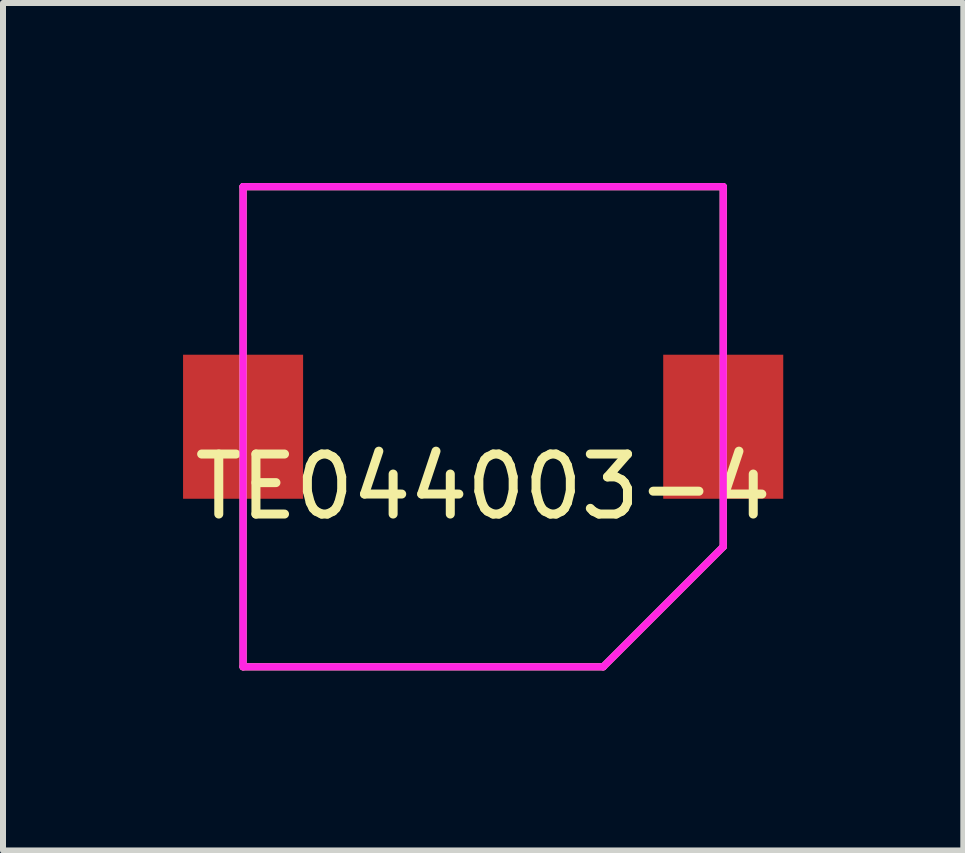
<source format=kicad_pcb>
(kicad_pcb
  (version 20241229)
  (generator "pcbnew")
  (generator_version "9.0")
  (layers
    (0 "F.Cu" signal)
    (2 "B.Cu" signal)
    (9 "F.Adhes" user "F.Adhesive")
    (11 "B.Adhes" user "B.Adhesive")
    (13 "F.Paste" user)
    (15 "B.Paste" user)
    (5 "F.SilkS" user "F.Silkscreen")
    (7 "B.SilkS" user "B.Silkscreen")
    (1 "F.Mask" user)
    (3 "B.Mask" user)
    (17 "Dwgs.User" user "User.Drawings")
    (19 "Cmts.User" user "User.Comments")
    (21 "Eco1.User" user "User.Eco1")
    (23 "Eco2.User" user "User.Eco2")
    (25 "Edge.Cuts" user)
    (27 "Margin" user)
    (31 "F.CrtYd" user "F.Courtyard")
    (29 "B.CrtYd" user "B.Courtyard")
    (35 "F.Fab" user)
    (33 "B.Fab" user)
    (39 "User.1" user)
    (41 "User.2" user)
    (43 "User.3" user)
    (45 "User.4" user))
  (footprint "TE044003-4"
    (layer "F.Cu")
    (at 5 4.06)
    (property "Reference" "TE044003-4" (at 0 1 0) (layer "F.SilkS") (effects (font (size 1 1) (thickness 0.15))))
    (attr smd)
    (fp_line (start -4 -4) (end 4 -4) (stroke (width 0.12) (type solid)) (layer "F.SilkS"))
    (fp_line (start -4 4) (end -4 -4) (stroke (width 0.12) (type solid)) (layer "F.SilkS"))
    (fp_line (start 2 4) (end -4 4) (stroke (width 0.12) (type solid)) (layer "F.SilkS"))
    (fp_line (start 4 -4) (end 4 2) (stroke (width 0.12) (type solid)) (layer "F.SilkS"))
    (fp_line (start 4 2) (end 2 4) (stroke (width 0.12) (type solid)) (layer "F.SilkS"))
    (fp_line (start -4 -4) (end -4 4) (stroke (width 0.12) (type solid)) (layer "F.CrtYd"))
    (fp_line (start -4 4) (end 2 4) (stroke (width 0.12) (type solid)) (layer "F.CrtYd"))
    (fp_line (start 4 -4) (end -4 -4) (stroke (width 0.12) (type solid)) (layer "F.CrtYd"))
    (fp_line (start 4 2) (end 2 4) (stroke (width 0.12) (type solid)) (layer "F.CrtYd"))
    (fp_line (start 4 2) (end 4 -4) (stroke (width 0.12) (type solid)) (layer "F.CrtYd"))
    (pad "1" smd rect (at 4 0) (size 2 2.4) (layers "F.Cu" "F.Mask" "F.Paste"))
    (pad "2" smd rect (at -4 0) (size 2 2.4) (layers "F.Cu" "F.Mask" "F.Paste")))
  (gr_rect
    (start -3 -3)
    (end 13 11.12)
    (stroke (width 0.1) (type default))
    (fill no)
    (layer "Edge.Cuts")))
</source>
